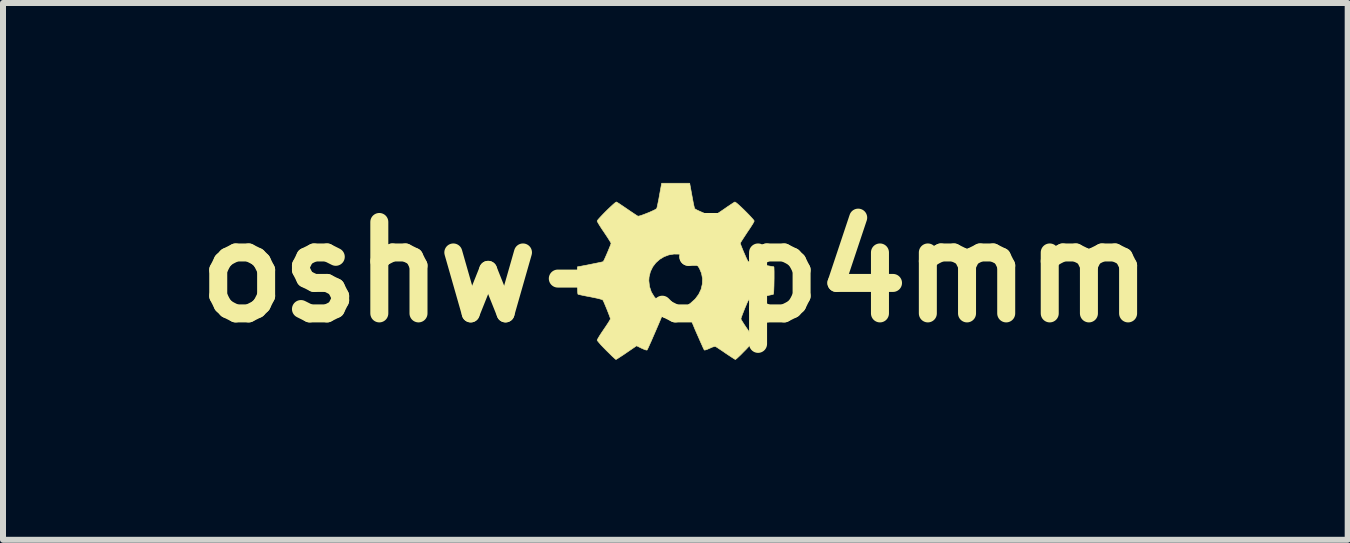
<source format=kicad_pcb>
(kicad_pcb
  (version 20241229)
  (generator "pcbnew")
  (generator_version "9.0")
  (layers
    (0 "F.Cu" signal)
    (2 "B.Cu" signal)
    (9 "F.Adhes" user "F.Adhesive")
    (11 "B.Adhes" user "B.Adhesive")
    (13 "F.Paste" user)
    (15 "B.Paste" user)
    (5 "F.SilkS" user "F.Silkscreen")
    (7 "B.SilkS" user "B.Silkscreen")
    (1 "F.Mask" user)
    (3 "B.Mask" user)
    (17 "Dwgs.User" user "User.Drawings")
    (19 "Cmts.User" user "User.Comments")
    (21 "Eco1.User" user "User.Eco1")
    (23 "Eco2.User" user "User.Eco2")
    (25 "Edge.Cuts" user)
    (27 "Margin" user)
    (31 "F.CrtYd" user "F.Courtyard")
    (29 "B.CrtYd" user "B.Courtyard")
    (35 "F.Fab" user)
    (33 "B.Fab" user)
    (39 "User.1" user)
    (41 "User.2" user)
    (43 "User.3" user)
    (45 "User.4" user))
  (footprint "oshw-3p4mm"
    (layer "F.Cu")
    (at 8.208 1.485)
    (property "Reference" "oshw-3p4mm" (at 0 0 0) (layer "F.SilkS") (effects (font (size 1.524 1.524) (thickness 0.3))))
    (attr through_hole)
    (fp_poly (pts (xy 0.276 -1.278) (xy 0.288 -1.213) (xy 0.299 -1.155) (xy 0.309 -1.107) (xy 0.317 -1.074) (xy 0.321 -1.059) (xy 0.335 -1.048) (xy 0.365 -1.032) (xy 0.406 -1.013) (xy 0.454 -0.992) (xy 0.504 -0.971) (xy 0.552 -0.953) (xy 0.593 -0.94) (xy 0.623 -0.932) (xy 0.635 -0.931) (xy 0.649 -0.94) (xy 0.677 -0.958) (xy 0.718 -0.985) (xy 0.767 -1.018) (xy 0.814 -1.05) (xy 0.867 -1.087) (xy 0.915 -1.119) (xy 0.954 -1.145) (xy 0.981 -1.162) (xy 0.992 -1.168) (xy 1.004 -1.162) (xy 1.029 -1.143) (xy 1.062 -1.114) (xy 1.102 -1.077) (xy 1.145 -1.036) (xy 1.189 -0.992) (xy 1.23 -0.95) (xy 1.266 -0.911) (xy 1.294 -0.88) (xy 1.311 -0.858) (xy 1.314 -0.85) (xy 1.308 -0.836) (xy 1.292 -0.806) (xy 1.266 -0.765) (xy 1.234 -0.716) (xy 1.198 -0.663) (xy 1.162 -0.608) (xy 1.13 -0.559) (xy 1.105 -0.52) (xy 1.088 -0.492) (xy 1.082 -0.479) (xy 1.087 -0.464) (xy 1.098 -0.434) (xy 1.115 -0.392) (xy 1.134 -0.345) (xy 1.156 -0.295) (xy 1.176 -0.249) (xy 1.194 -0.21) (xy 1.207 -0.184) (xy 1.213 -0.174) (xy 1.225 -0.171) (xy 1.254 -0.164) (xy 1.298 -0.154) (xy 1.35 -0.143) (xy 1.408 -0.131) (xy 1.468 -0.119) (xy 1.524 -0.108) (xy 1.574 -0.099) (xy 1.613 -0.092) (xy 1.637 -0.089) (xy 1.641 -0.088) (xy 1.644 -0.078) (xy 1.645 -0.049) (xy 1.646 -0.007) (xy 1.646 0.046) (xy 1.646 0.105) (xy 1.645 0.167) (xy 1.644 0.226) (xy 1.642 0.28) (xy 1.64 0.325) (xy 1.637 0.356) (xy 1.635 0.37) (xy 1.634 0.37) (xy 1.621 0.374) (xy 1.589 0.381) (xy 1.542 0.391) (xy 1.485 0.402) (xy 1.429 0.413) (xy 1.365 0.426) (xy 1.308 0.439) (xy 1.263 0.45) (xy 1.232 0.459) (xy 1.221 0.465) (xy 1.212 0.481) (xy 1.197 0.512) (xy 1.179 0.555) (xy 1.158 0.604) (xy 1.138 0.655) (xy 1.119 0.703) (xy 1.104 0.744) (xy 1.095 0.772) (xy 1.093 0.782) (xy 1.099 0.796) (xy 1.116 0.824) (xy 1.141 0.864) (xy 1.173 0.912) (xy 1.204 0.957) (xy 1.24 1.01) (xy 1.271 1.058) (xy 1.295 1.097) (xy 1.31 1.124) (xy 1.314 1.136) (xy 1.307 1.148) (xy 1.286 1.173) (xy 1.256 1.207) (xy 1.218 1.247) (xy 1.177 1.291) (xy 1.133 1.335) (xy 1.092 1.377) (xy 1.055 1.412) (xy 1.025 1.44) (xy 1.006 1.455) (xy 1.001 1.458) (xy 0.989 1.452) (xy 0.962 1.435) (xy 0.924 1.41) (xy 0.877 1.379) (xy 0.838 1.353) (xy 0.786 1.317) (xy 0.739 1.286) (xy 0.702 1.261) (xy 0.676 1.245) (xy 0.667 1.24) (xy 0.649 1.242) (xy 0.617 1.251) (xy 0.579 1.268) (xy 0.574 1.27) (xy 0.536 1.287) (xy 0.504 1.298) (xy 0.485 1.301) (xy 0.484 1.3) (xy 0.477 1.29) (xy 0.463 1.261) (xy 0.444 1.218) (xy 0.419 1.163) (xy 0.391 1.099) (xy 0.36 1.029) (xy 0.328 0.956) (xy 0.297 0.881) (xy 0.267 0.81) (xy 0.239 0.743) (xy 0.215 0.684) (xy 0.195 0.636) (xy 0.182 0.602) (xy 0.177 0.584) (xy 0.177 0.583) (xy 0.185 0.574) (xy 0.207 0.555) (xy 0.239 0.53) (xy 0.254 0.519) (xy 0.331 0.45) (xy 0.389 0.372) (xy 0.429 0.288) (xy 0.45 0.199) (xy 0.453 0.109) (xy 0.436 0.02) (xy 0.4 -0.065) (xy 0.345 -0.144) (xy 0.304 -0.186) (xy 0.228 -0.243) (xy 0.146 -0.28) (xy 0.061 -0.299) (xy -0.024 -0.3) (xy -0.108 -0.286) (xy -0.188 -0.256) (xy -0.261 -0.212) (xy -0.325 -0.155) (xy -0.377 -0.087) (xy -0.416 -0.007) (xy -0.438 0.082) (xy -0.442 0.143) (xy -0.431 0.242) (xy -0.4 0.334) (xy -0.349 0.417) (xy -0.277 0.492) (xy -0.243 0.519) (xy -0.208 0.546) (xy -0.181 0.567) (xy -0.167 0.581) (xy -0.166 0.583) (xy -0.17 0.598) (xy -0.182 0.629) (xy -0.2 0.675) (xy -0.223 0.732) (xy -0.25 0.798) (xy -0.28 0.869) (xy -0.312 0.943) (xy -0.344 1.017) (xy -0.375 1.088) (xy -0.403 1.153) (xy -0.429 1.21) (xy -0.449 1.255) (xy -0.464 1.286) (xy -0.472 1.3) (xy -0.473 1.301) (xy -0.49 1.299) (xy -0.52 1.289) (xy -0.558 1.272) (xy -0.567 1.268) (xy -0.646 1.229) (xy -0.813 1.343) (xy -0.867 1.38) (xy -0.915 1.411) (xy -0.953 1.436) (xy -0.979 1.452) (xy -0.99 1.458) (xy -1.001 1.45) (xy -1.024 1.429) (xy -1.058 1.398) (xy -1.099 1.357) (xy -1.146 1.311) (xy -1.151 1.306) (xy -1.198 1.258) (xy -1.24 1.214) (xy -1.272 1.177) (xy -1.294 1.15) (xy -1.303 1.136) (xy -1.303 1.135) (xy -1.297 1.121) (xy -1.28 1.091) (xy -1.255 1.05) (xy -1.223 1.001) (xy -1.193 0.957) (xy -1.157 0.904) (xy -1.126 0.857) (xy -1.102 0.819) (xy -1.087 0.792) (xy -1.082 0.782) (xy -1.086 0.765) (xy -1.097 0.733) (xy -1.114 0.689) (xy -1.133 0.64) (xy -1.154 0.589) (xy -1.174 0.541) (xy -1.191 0.501) (xy -1.204 0.474) (xy -1.21 0.465) (xy -1.225 0.458) (xy -1.258 0.448) (xy -1.306 0.436) (xy -1.364 0.424) (xy -1.418 0.413) (xy -1.482 0.401) (xy -1.537 0.39) (xy -1.582 0.38) (xy -1.612 0.373) (xy -1.623 0.37) (xy -1.626 0.358) (xy -1.629 0.328) (xy -1.631 0.285) (xy -1.632 0.231) (xy -1.634 0.172) (xy -1.635 0.11) (xy -1.635 0.051) (xy -1.635 -0.003) (xy -1.634 -0.046) (xy -1.633 -0.076) (xy -1.631 -0.088) (xy -1.63 -0.088) (xy -1.613 -0.09) (xy -1.58 -0.096) (xy -1.533 -0.105) (xy -1.479 -0.115) (xy -1.42 -0.127) (xy -1.361 -0.139) (xy -1.306 -0.15) (xy -1.258 -0.16) (xy -1.223 -0.168) (xy -1.204 -0.173) (xy -1.202 -0.174) (xy -1.194 -0.188) (xy -1.179 -0.218) (xy -1.161 -0.258) (xy -1.14 -0.306) (xy -1.119 -0.355) (xy -1.1 -0.402) (xy -1.084 -0.441) (xy -1.074 -0.469) (xy -1.071 -0.479) (xy -1.077 -0.492) (xy -1.094 -0.52) (xy -1.119 -0.56) (xy -1.151 -0.609) (xy -1.187 -0.663) (xy -1.224 -0.717) (xy -1.256 -0.767) (xy -1.281 -0.807) (xy -1.297 -0.836) (xy -1.303 -0.85) (xy -1.296 -0.864) (xy -1.275 -0.889) (xy -1.244 -0.923) (xy -1.206 -0.963) (xy -1.164 -1.006) (xy -1.12 -1.049) (xy -1.077 -1.09) (xy -1.039 -1.125) (xy -1.009 -1.151) (xy -0.988 -1.166) (xy -0.981 -1.168) (xy -0.968 -1.16) (xy -0.939 -1.142) (xy -0.899 -1.115) (xy -0.85 -1.082) (xy -0.803 -1.05) (xy -0.749 -1.013) (xy -0.701 -0.981) (xy -0.662 -0.955) (xy -0.635 -0.938) (xy -0.623 -0.931) (xy -0.607 -0.933) (xy -0.575 -0.942) (xy -0.532 -0.957) (xy -0.483 -0.976) (xy -0.433 -0.996) (xy -0.386 -1.017) (xy -0.346 -1.036) (xy -0.32 -1.051) (xy -0.31 -1.059) (xy -0.306 -1.075) (xy -0.298 -1.109) (xy -0.288 -1.158) (xy -0.276 -1.216) (xy -0.265 -1.278) (xy -0.228 -1.48) (xy 0.239 -1.48) (xy 0.276 -1.278)) (stroke (width 0.01) (type solid)) (fill yes) (layer "F.SilkS")))
  (gr_rect
    (start -3 -3)
    (end 19.416 5.948)
    (stroke (width 0.1) (type default))
    (fill no)
    (layer "Edge.Cuts")))
</source>
